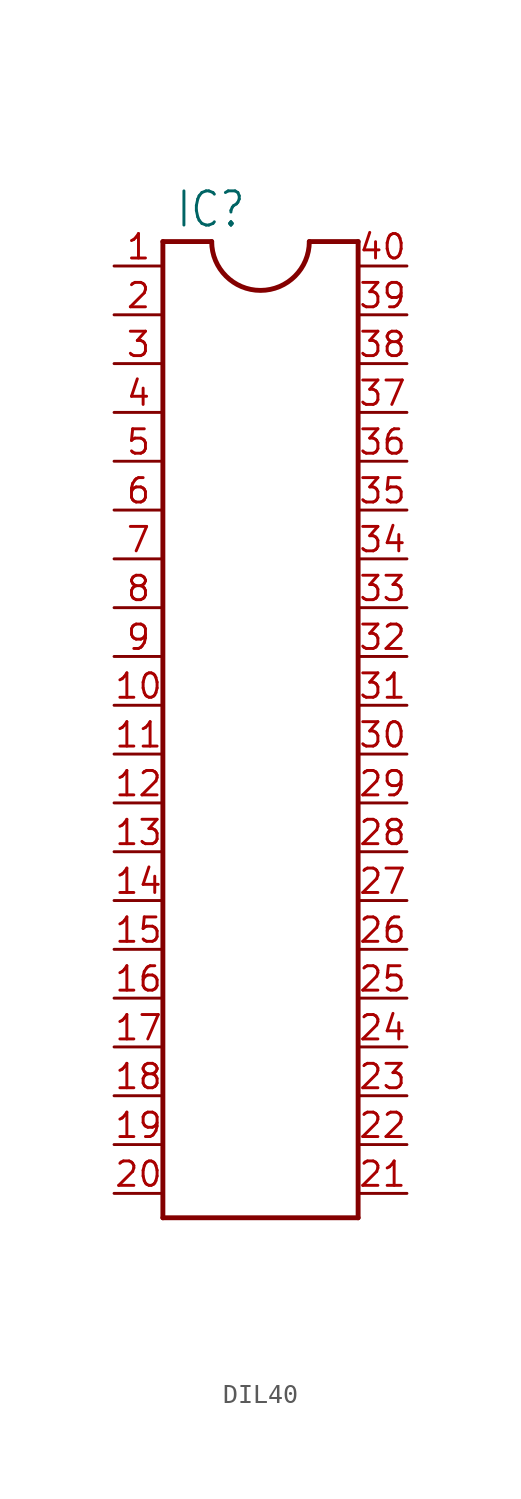
<source format=kicad_sym>
(kicad_symbol_lib
  (version 20231120)
  (generator "kicad_symbol_editor")
  (generator_version "8.0")
  (symbol "DIL40"
    (property "Reference" "IC"
      (at -4.445 24.765 0)
      (effects (font (size 1.778 1.511)) (justify left bottom)))
    (property "Value" ""
      (at -4.445 -29.21 0)
      (effects (font (size 1.778 1.511)) (justify left bottom)))
    (property "ki_locked" ""
      (at 0 0 0)
      (effects (font (size 1.27 1.27))))
    (symbol "DIL40_1_0"
      (arc (start -2.54 24.13) (mid 0 21.59) (end 2.54 24.13) (stroke (width 0.254) (type solid)) (fill (type none)))
      (polyline (pts (xy -5.08 -26.67) (xy 5.08 -26.67)) (stroke (width 0.254) (type solid)) (fill (type none)))
      (polyline (pts (xy -5.08 24.13) (xy -5.08 -26.67)) (stroke (width 0.254) (type solid)) (fill (type none)))
      (polyline (pts (xy -5.08 24.13) (xy -2.54 24.13)) (stroke (width 0.254) (type solid)) (fill (type none)))
      (polyline (pts (xy 5.08 -26.67) (xy 5.08 24.13)) (stroke (width 0.254) (type solid)) (fill (type none)))
      (polyline (pts (xy 5.08 24.13) (xy 2.54 24.13)) (stroke (width 0.254) (type solid)) (fill (type none)))
      (pin passive line (at -7.62 22.86 0) (length 2.54) (name "1" (effects (font (size 0 0)))) (number "1" (effects (font (size 1.27 1.27)))))
      (pin passive line (at -7.62 0 0) (length 2.54) (name "10" (effects (font (size 0 0)))) (number "10" (effects (font (size 1.27 1.27)))))
      (pin passive line (at -7.62 -2.54 0) (length 2.54) (name "11" (effects (font (size 0 0)))) (number "11" (effects (font (size 1.27 1.27)))))
      (pin passive line (at -7.62 -5.08 0) (length 2.54) (name "12" (effects (font (size 0 0)))) (number "12" (effects (font (size 1.27 1.27)))))
      (pin passive line (at -7.62 -7.62 0) (length 2.54) (name "13" (effects (font (size 0 0)))) (number "13" (effects (font (size 1.27 1.27)))))
      (pin passive line (at -7.62 -10.16 0) (length 2.54) (name "14" (effects (font (size 0 0)))) (number "14" (effects (font (size 1.27 1.27)))))
      (pin passive line (at -7.62 -12.7 0) (length 2.54) (name "15" (effects (font (size 0 0)))) (number "15" (effects (font (size 1.27 1.27)))))
      (pin passive line (at -7.62 -15.24 0) (length 2.54) (name "16" (effects (font (size 0 0)))) (number "16" (effects (font (size 1.27 1.27)))))
      (pin passive line (at -7.62 -17.78 0) (length 2.54) (name "17" (effects (font (size 0 0)))) (number "17" (effects (font (size 1.27 1.27)))))
      (pin passive line (at -7.62 -20.32 0) (length 2.54) (name "18" (effects (font (size 0 0)))) (number "18" (effects (font (size 1.27 1.27)))))
      (pin passive line (at -7.62 -22.86 0) (length 2.54) (name "19" (effects (font (size 0 0)))) (number "19" (effects (font (size 1.27 1.27)))))
      (pin passive line (at -7.62 20.32 0) (length 2.54) (name "2" (effects (font (size 0 0)))) (number "2" (effects (font (size 1.27 1.27)))))
      (pin passive line (at -7.62 -25.4 0) (length 2.54) (name "20" (effects (font (size 0 0)))) (number "20" (effects (font (size 1.27 1.27)))))
      (pin passive line (at 7.62 -25.4 180) (length 2.54) (name "21" (effects (font (size 0 0)))) (number "21" (effects (font (size 1.27 1.27)))))
      (pin passive line (at 7.62 -22.86 180) (length 2.54) (name "22" (effects (font (size 0 0)))) (number "22" (effects (font (size 1.27 1.27)))))
      (pin passive line (at 7.62 -20.32 180) (length 2.54) (name "23" (effects (font (size 0 0)))) (number "23" (effects (font (size 1.27 1.27)))))
      (pin passive line (at 7.62 -17.78 180) (length 2.54) (name "24" (effects (font (size 0 0)))) (number "24" (effects (font (size 1.27 1.27)))))
      (pin passive line (at 7.62 -15.24 180) (length 2.54) (name "25" (effects (font (size 0 0)))) (number "25" (effects (font (size 1.27 1.27)))))
      (pin passive line (at 7.62 -12.7 180) (length 2.54) (name "26" (effects (font (size 0 0)))) (number "26" (effects (font (size 1.27 1.27)))))
      (pin passive line (at 7.62 -10.16 180) (length 2.54) (name "27" (effects (font (size 0 0)))) (number "27" (effects (font (size 1.27 1.27)))))
      (pin passive line (at 7.62 -7.62 180) (length 2.54) (name "28" (effects (font (size 0 0)))) (number "28" (effects (font (size 1.27 1.27)))))
      (pin passive line (at 7.62 -5.08 180) (length 2.54) (name "29" (effects (font (size 0 0)))) (number "29" (effects (font (size 1.27 1.27)))))
      (pin passive line (at -7.62 17.78 0) (length 2.54) (name "3" (effects (font (size 0 0)))) (number "3" (effects (font (size 1.27 1.27)))))
      (pin passive line (at 7.62 -2.54 180) (length 2.54) (name "30" (effects (font (size 0 0)))) (number "30" (effects (font (size 1.27 1.27)))))
      (pin passive line (at 7.62 0 180) (length 2.54) (name "31" (effects (font (size 0 0)))) (number "31" (effects (font (size 1.27 1.27)))))
      (pin passive line (at 7.62 2.54 180) (length 2.54) (name "32" (effects (font (size 0 0)))) (number "32" (effects (font (size 1.27 1.27)))))
      (pin passive line (at 7.62 5.08 180) (length 2.54) (name "33" (effects (font (size 0 0)))) (number "33" (effects (font (size 1.27 1.27)))))
      (pin passive line (at 7.62 7.62 180) (length 2.54) (name "34" (effects (font (size 0 0)))) (number "34" (effects (font (size 1.27 1.27)))))
      (pin passive line (at 7.62 10.16 180) (length 2.54) (name "35" (effects (font (size 0 0)))) (number "35" (effects (font (size 1.27 1.27)))))
      (pin passive line (at 7.62 12.7 180) (length 2.54) (name "36" (effects (font (size 0 0)))) (number "36" (effects (font (size 1.27 1.27)))))
      (pin passive line (at 7.62 15.24 180) (length 2.54) (name "37" (effects (font (size 0 0)))) (number "37" (effects (font (size 1.27 1.27)))))
      (pin passive line (at 7.62 17.78 180) (length 2.54) (name "38" (effects (font (size 0 0)))) (number "38" (effects (font (size 1.27 1.27)))))
      (pin passive line (at 7.62 20.32 180) (length 2.54) (name "39" (effects (font (size 0 0)))) (number "39" (effects (font (size 1.27 1.27)))))
      (pin passive line (at -7.62 15.24 0) (length 2.54) (name "4" (effects (font (size 0 0)))) (number "4" (effects (font (size 1.27 1.27)))))
      (pin passive line (at 7.62 22.86 180) (length 2.54) (name "40" (effects (font (size 0 0)))) (number "40" (effects (font (size 1.27 1.27)))))
      (pin passive line (at -7.62 12.7 0) (length 2.54) (name "5" (effects (font (size 0 0)))) (number "5" (effects (font (size 1.27 1.27)))))
      (pin passive line (at -7.62 10.16 0) (length 2.54) (name "6" (effects (font (size 0 0)))) (number "6" (effects (font (size 1.27 1.27)))))
      (pin passive line (at -7.62 7.62 0) (length 2.54) (name "7" (effects (font (size 0 0)))) (number "7" (effects (font (size 1.27 1.27)))))
      (pin passive line (at -7.62 5.08 0) (length 2.54) (name "8" (effects (font (size 0 0)))) (number "8" (effects (font (size 1.27 1.27)))))
      (pin passive line (at -7.62 2.54 0) (length 2.54) (name "9" (effects (font (size 0 0)))) (number "9" (effects (font (size 1.27 1.27))))))))
</source>
